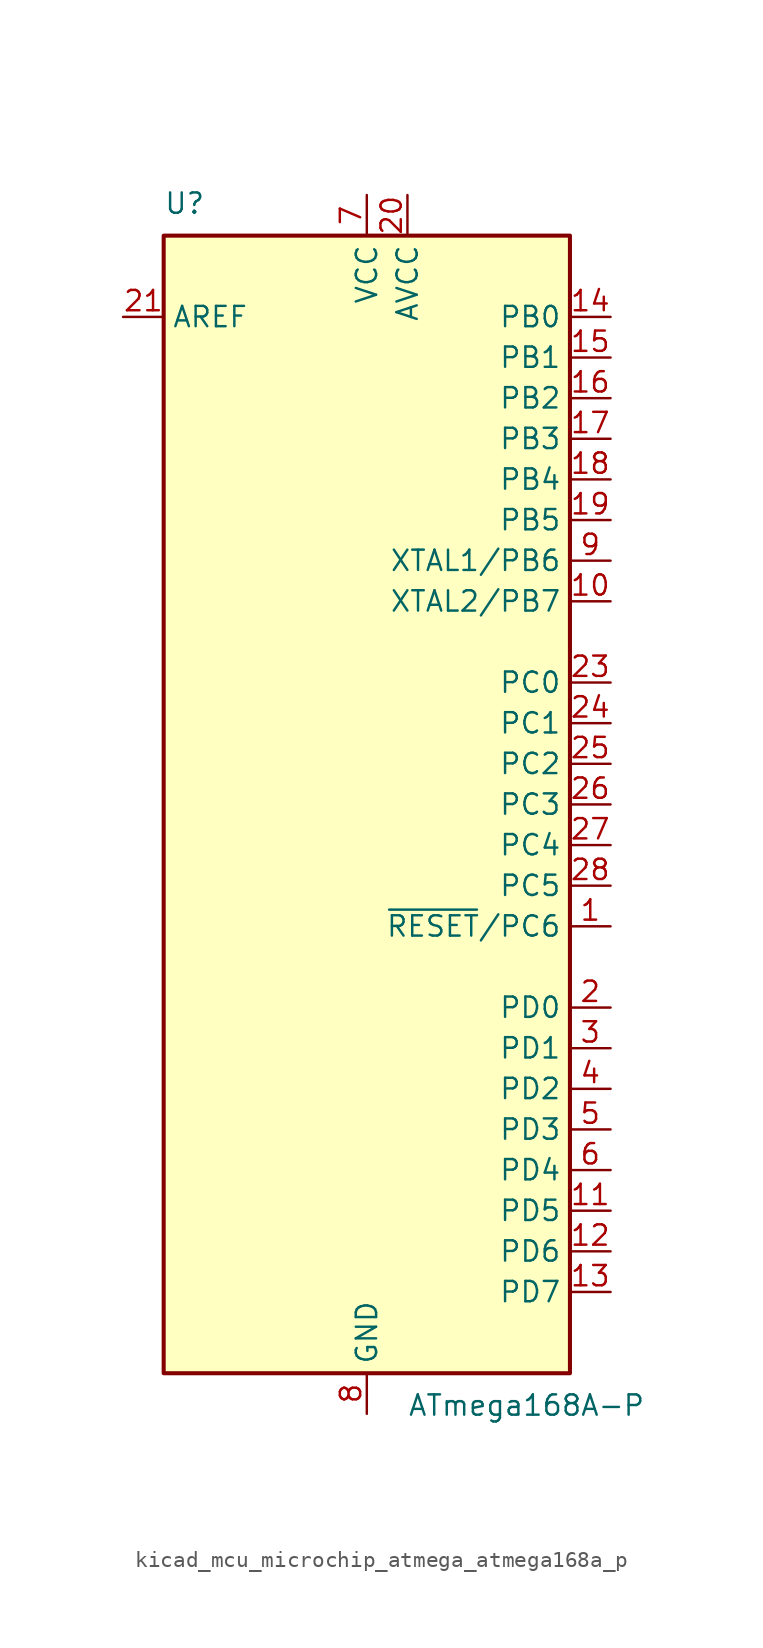
<source format=kicad_sym>
(kicad_symbol_lib
  (version 20220914)
  (generator kicad_symbol_editor)
  (symbol "kicad_mcu_microchip_atmega_atmega168a_p"
    (property "Reference" "U"
      (at -12.7 36.83 0)
      (effects (font (size 1.27 1.27)) (justify left bottom)))
    (property "Value" "ATmega168A-P"
      (at 2.54 -36.83 0)
      (effects (font (size 1.27 1.27)) (justify left top)))
    (symbol "kicad_mcu_microchip_atmega_atmega168a_p_0_1"
      (rectangle (start -12.7 -35.56) (end 12.7 35.56) (stroke (width 0.254) (type default)) (fill (type background))))
    (symbol "kicad_mcu_microchip_atmega_atmega168a_p_1_1"
      (pin bidirectional line (at 15.24 -7.62 180) (length 2.54) (name "~{RESET}/PC6" (effects (font (size 1.27 1.27)))) (number "1" (effects (font (size 1.27 1.27)))))
      (pin bidirectional line (at 15.24 12.7 180) (length 2.54) (name "XTAL2/PB7" (effects (font (size 1.27 1.27)))) (number "10" (effects (font (size 1.27 1.27)))))
      (pin bidirectional line (at 15.24 -25.4 180) (length 2.54) (name "PD5" (effects (font (size 1.27 1.27)))) (number "11" (effects (font (size 1.27 1.27)))))
      (pin bidirectional line (at 15.24 -27.94 180) (length 2.54) (name "PD6" (effects (font (size 1.27 1.27)))) (number "12" (effects (font (size 1.27 1.27)))))
      (pin bidirectional line (at 15.24 -30.48 180) (length 2.54) (name "PD7" (effects (font (size 1.27 1.27)))) (number "13" (effects (font (size 1.27 1.27)))))
      (pin bidirectional line (at 15.24 30.48 180) (length 2.54) (name "PB0" (effects (font (size 1.27 1.27)))) (number "14" (effects (font (size 1.27 1.27)))))
      (pin bidirectional line (at 15.24 27.94 180) (length 2.54) (name "PB1" (effects (font (size 1.27 1.27)))) (number "15" (effects (font (size 1.27 1.27)))))
      (pin bidirectional line (at 15.24 25.4 180) (length 2.54) (name "PB2" (effects (font (size 1.27 1.27)))) (number "16" (effects (font (size 1.27 1.27)))))
      (pin bidirectional line (at 15.24 22.86 180) (length 2.54) (name "PB3" (effects (font (size 1.27 1.27)))) (number "17" (effects (font (size 1.27 1.27)))))
      (pin bidirectional line (at 15.24 20.32 180) (length 2.54) (name "PB4" (effects (font (size 1.27 1.27)))) (number "18" (effects (font (size 1.27 1.27)))))
      (pin bidirectional line (at 15.24 17.78 180) (length 2.54) (name "PB5" (effects (font (size 1.27 1.27)))) (number "19" (effects (font (size 1.27 1.27)))))
      (pin bidirectional line (at 15.24 -12.7 180) (length 2.54) (name "PD0" (effects (font (size 1.27 1.27)))) (number "2" (effects (font (size 1.27 1.27)))))
      (pin power_in line (at 2.54 38.1 270) (length 2.54) (name "AVCC" (effects (font (size 1.27 1.27)))) (number "20" (effects (font (size 1.27 1.27)))))
      (pin passive line (at -15.24 30.48 0) (length 2.54) (name "AREF" (effects (font (size 1.27 1.27)))) (number "21" (effects (font (size 1.27 1.27)))))
      (pin passive line (at 0 -38.1 90) (length 2.54) hide (name "GND" (effects (font (size 1.27 1.27)))) (number "22" (effects (font (size 1.27 1.27)))))
      (pin bidirectional line (at 15.24 7.62 180) (length 2.54) (name "PC0" (effects (font (size 1.27 1.27)))) (number "23" (effects (font (size 1.27 1.27)))))
      (pin bidirectional line (at 15.24 5.08 180) (length 2.54) (name "PC1" (effects (font (size 1.27 1.27)))) (number "24" (effects (font (size 1.27 1.27)))))
      (pin bidirectional line (at 15.24 2.54 180) (length 2.54) (name "PC2" (effects (font (size 1.27 1.27)))) (number "25" (effects (font (size 1.27 1.27)))))
      (pin bidirectional line (at 15.24 0 180) (length 2.54) (name "PC3" (effects (font (size 1.27 1.27)))) (number "26" (effects (font (size 1.27 1.27)))))
      (pin bidirectional line (at 15.24 -2.54 180) (length 2.54) (name "PC4" (effects (font (size 1.27 1.27)))) (number "27" (effects (font (size 1.27 1.27)))))
      (pin bidirectional line (at 15.24 -5.08 180) (length 2.54) (name "PC5" (effects (font (size 1.27 1.27)))) (number "28" (effects (font (size 1.27 1.27)))))
      (pin bidirectional line (at 15.24 -15.24 180) (length 2.54) (name "PD1" (effects (font (size 1.27 1.27)))) (number "3" (effects (font (size 1.27 1.27)))))
      (pin bidirectional line (at 15.24 -17.78 180) (length 2.54) (name "PD2" (effects (font (size 1.27 1.27)))) (number "4" (effects (font (size 1.27 1.27)))))
      (pin bidirectional line (at 15.24 -20.32 180) (length 2.54) (name "PD3" (effects (font (size 1.27 1.27)))) (number "5" (effects (font (size 1.27 1.27)))))
      (pin bidirectional line (at 15.24 -22.86 180) (length 2.54) (name "PD4" (effects (font (size 1.27 1.27)))) (number "6" (effects (font (size 1.27 1.27)))))
      (pin power_in line (at 0 38.1 270) (length 2.54) (name "VCC" (effects (font (size 1.27 1.27)))) (number "7" (effects (font (size 1.27 1.27)))))
      (pin power_in line (at 0 -38.1 90) (length 2.54) (name "GND" (effects (font (size 1.27 1.27)))) (number "8" (effects (font (size 1.27 1.27)))))
      (pin bidirectional line (at 15.24 15.24 180) (length 2.54) (name "XTAL1/PB6" (effects (font (size 1.27 1.27)))) (number "9" (effects (font (size 1.27 1.27))))))))
</source>
